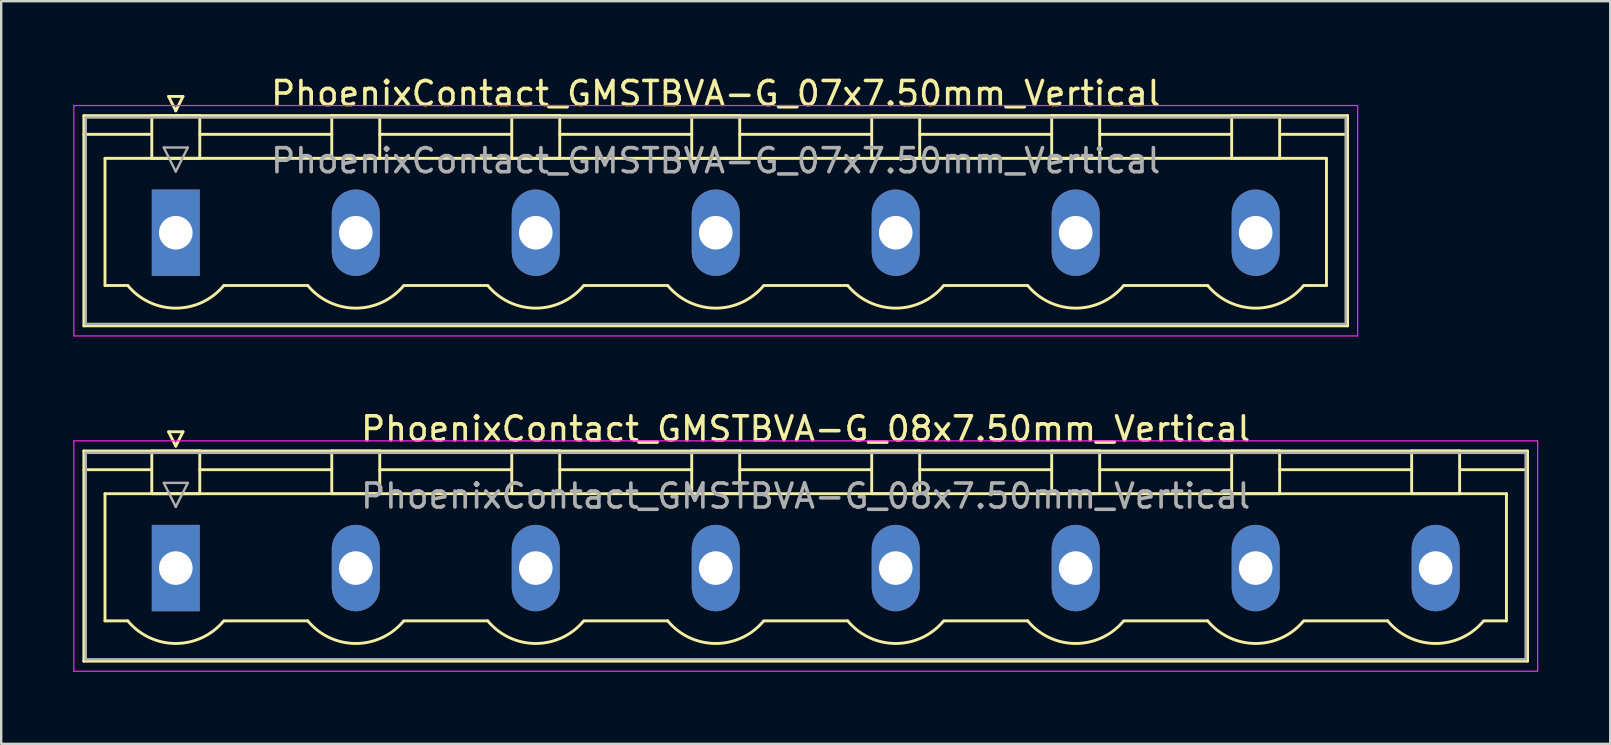
<source format=kicad_pcb>
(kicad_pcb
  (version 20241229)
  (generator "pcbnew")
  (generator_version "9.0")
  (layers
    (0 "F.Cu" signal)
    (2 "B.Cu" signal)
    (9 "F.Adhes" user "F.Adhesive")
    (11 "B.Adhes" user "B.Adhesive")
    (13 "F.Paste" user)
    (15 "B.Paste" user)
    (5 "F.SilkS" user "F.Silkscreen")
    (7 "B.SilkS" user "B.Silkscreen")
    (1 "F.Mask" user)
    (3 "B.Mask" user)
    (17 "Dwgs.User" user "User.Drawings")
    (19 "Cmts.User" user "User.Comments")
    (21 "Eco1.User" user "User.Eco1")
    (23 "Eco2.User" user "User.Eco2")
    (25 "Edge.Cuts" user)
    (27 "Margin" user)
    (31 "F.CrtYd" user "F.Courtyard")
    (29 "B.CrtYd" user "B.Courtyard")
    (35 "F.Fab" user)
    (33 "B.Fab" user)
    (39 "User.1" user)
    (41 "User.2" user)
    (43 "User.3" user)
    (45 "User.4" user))
  (footprint "PhoenixContact_GMSTBVA-G_08x7.50mm_Vertical"
    (layer "F.Cu")
    (at 4.275 20.622)
    (property "Reference" "PhoenixContact_GMSTBVA-G_08x7.50mm_Vertical" (at 26.25 -5.8 0) (layer "F.SilkS") (effects (font (size 1 1) (thickness 0.15))))
    (attr through_hole)
    (fp_line (start -3.83 -4.88) (end -3.83 3.88) (stroke (width 0.12) (type solid)) (layer "F.SilkS"))
    (fp_line (start -3.83 -4.1) (end -1.08 -4.1) (stroke (width 0.12) (type solid)) (layer "F.SilkS"))
    (fp_line (start -3.83 3.88) (end 56.33 3.88) (stroke (width 0.12) (type solid)) (layer "F.SilkS"))
    (fp_line (start -2.95 -3.1) (end 55.45 -3.1) (stroke (width 0.12) (type solid)) (layer "F.SilkS"))
    (fp_line (start -2.95 2.2) (end -2.95 -3.1) (stroke (width 0.12) (type solid)) (layer "F.SilkS"))
    (fp_line (start -2 2.2) (end -2.95 2.2) (stroke (width 0.12) (type solid)) (layer "F.SilkS"))
    (fp_line (start -1 -4.88) (end 1 -4.88) (stroke (width 0.12) (type solid)) (layer "F.SilkS"))
    (fp_line (start -1 -3.1) (end -1 -4.88) (stroke (width 0.12) (type solid)) (layer "F.SilkS"))
    (fp_line (start -0.3 -5.68) (end 0.3 -5.68) (stroke (width 0.12) (type solid)) (layer "F.SilkS"))
    (fp_line (start 0 -5.08) (end -0.3 -5.68) (stroke (width 0.12) (type solid)) (layer "F.SilkS"))
    (fp_line (start 0.3 -5.68) (end 0 -5.08) (stroke (width 0.12) (type solid)) (layer "F.SilkS"))
    (fp_line (start 1 -4.88) (end 1 -3.1) (stroke (width 0.12) (type solid)) (layer "F.SilkS"))
    (fp_line (start 1 -4.1) (end 6.5 -4.1) (stroke (width 0.12) (type solid)) (layer "F.SilkS"))
    (fp_line (start 1 -3.1) (end -1 -3.1) (stroke (width 0.12) (type solid)) (layer "F.SilkS"))
    (fp_line (start 2 2.2) (end 5.5 2.2) (stroke (width 0.12) (type solid)) (layer "F.SilkS"))
    (fp_line (start 6.5 -4.88) (end 8.5 -4.88) (stroke (width 0.12) (type solid)) (layer "F.SilkS"))
    (fp_line (start 6.5 -3.1) (end 6.5 -4.88) (stroke (width 0.12) (type solid)) (layer "F.SilkS"))
    (fp_line (start 8.5 -4.88) (end 8.5 -3.1) (stroke (width 0.12) (type solid)) (layer "F.SilkS"))
    (fp_line (start 8.5 -4.1) (end 14 -4.1) (stroke (width 0.12) (type solid)) (layer "F.SilkS"))
    (fp_line (start 8.5 -3.1) (end 6.5 -3.1) (stroke (width 0.12) (type solid)) (layer "F.SilkS"))
    (fp_line (start 9.5 2.2) (end 13 2.2) (stroke (width 0.12) (type solid)) (layer "F.SilkS"))
    (fp_line (start 14 -4.88) (end 16 -4.88) (stroke (width 0.12) (type solid)) (layer "F.SilkS"))
    (fp_line (start 14 -3.1) (end 14 -4.88) (stroke (width 0.12) (type solid)) (layer "F.SilkS"))
    (fp_line (start 16 -4.88) (end 16 -3.1) (stroke (width 0.12) (type solid)) (layer "F.SilkS"))
    (fp_line (start 16 -4.1) (end 21.5 -4.1) (stroke (width 0.12) (type solid)) (layer "F.SilkS"))
    (fp_line (start 16 -3.1) (end 14 -3.1) (stroke (width 0.12) (type solid)) (layer "F.SilkS"))
    (fp_line (start 17 2.2) (end 20.5 2.2) (stroke (width 0.12) (type solid)) (layer "F.SilkS"))
    (fp_line (start 21.5 -4.88) (end 23.5 -4.88) (stroke (width 0.12) (type solid)) (layer "F.SilkS"))
    (fp_line (start 21.5 -3.1) (end 21.5 -4.88) (stroke (width 0.12) (type solid)) (layer "F.SilkS"))
    (fp_line (start 23.5 -4.88) (end 23.5 -3.1) (stroke (width 0.12) (type solid)) (layer "F.SilkS"))
    (fp_line (start 23.5 -4.1) (end 29 -4.1) (stroke (width 0.12) (type solid)) (layer "F.SilkS"))
    (fp_line (start 23.5 -3.1) (end 21.5 -3.1) (stroke (width 0.12) (type solid)) (layer "F.SilkS"))
    (fp_line (start 24.5 2.2) (end 28 2.2) (stroke (width 0.12) (type solid)) (layer "F.SilkS"))
    (fp_line (start 29 -4.88) (end 31 -4.88) (stroke (width 0.12) (type solid)) (layer "F.SilkS"))
    (fp_line (start 29 -3.1) (end 29 -4.88) (stroke (width 0.12) (type solid)) (layer "F.SilkS"))
    (fp_line (start 31 -4.88) (end 31 -3.1) (stroke (width 0.12) (type solid)) (layer "F.SilkS"))
    (fp_line (start 31 -4.1) (end 36.5 -4.1) (stroke (width 0.12) (type solid)) (layer "F.SilkS"))
    (fp_line (start 31 -3.1) (end 29 -3.1) (stroke (width 0.12) (type solid)) (layer "F.SilkS"))
    (fp_line (start 32 2.2) (end 35.5 2.2) (stroke (width 0.12) (type solid)) (layer "F.SilkS"))
    (fp_line (start 36.5 -4.88) (end 38.5 -4.88) (stroke (width 0.12) (type solid)) (layer "F.SilkS"))
    (fp_line (start 36.5 -3.1) (end 36.5 -4.88) (stroke (width 0.12) (type solid)) (layer "F.SilkS"))
    (fp_line (start 38.5 -4.88) (end 38.5 -3.1) (stroke (width 0.12) (type solid)) (layer "F.SilkS"))
    (fp_line (start 38.5 -4.1) (end 44 -4.1) (stroke (width 0.12) (type solid)) (layer "F.SilkS"))
    (fp_line (start 38.5 -3.1) (end 36.5 -3.1) (stroke (width 0.12) (type solid)) (layer "F.SilkS"))
    (fp_line (start 39.5 2.2) (end 43 2.2) (stroke (width 0.12) (type solid)) (layer "F.SilkS"))
    (fp_line (start 44 -4.88) (end 46 -4.88) (stroke (width 0.12) (type solid)) (layer "F.SilkS"))
    (fp_line (start 44 -3.1) (end 44 -4.88) (stroke (width 0.12) (type solid)) (layer "F.SilkS"))
    (fp_line (start 46 -4.88) (end 46 -3.1) (stroke (width 0.12) (type solid)) (layer "F.SilkS"))
    (fp_line (start 46 -4.1) (end 51.5 -4.1) (stroke (width 0.12) (type solid)) (layer "F.SilkS"))
    (fp_line (start 46 -3.1) (end 44 -3.1) (stroke (width 0.12) (type solid)) (layer "F.SilkS"))
    (fp_line (start 47 2.2) (end 50.5 2.2) (stroke (width 0.12) (type solid)) (layer "F.SilkS"))
    (fp_line (start 51.5 -4.88) (end 53.5 -4.88) (stroke (width 0.12) (type solid)) (layer "F.SilkS"))
    (fp_line (start 51.5 -3.1) (end 51.5 -4.88) (stroke (width 0.12) (type solid)) (layer "F.SilkS"))
    (fp_line (start 53.5 -4.88) (end 53.5 -3.1) (stroke (width 0.12) (type solid)) (layer "F.SilkS"))
    (fp_line (start 53.5 -3.1) (end 51.5 -3.1) (stroke (width 0.12) (type solid)) (layer "F.SilkS"))
    (fp_line (start 55.45 -3.1) (end 55.45 2.2) (stroke (width 0.12) (type solid)) (layer "F.SilkS"))
    (fp_line (start 55.45 2.2) (end 54.5 2.2) (stroke (width 0.12) (type solid)) (layer "F.SilkS"))
    (fp_line (start 56.33 -4.88) (end -3.83 -4.88) (stroke (width 0.12) (type solid)) (layer "F.SilkS"))
    (fp_line (start 56.33 -4.1) (end 53.58 -4.1) (stroke (width 0.12) (type solid)) (layer "F.SilkS"))
    (fp_line (start 56.33 3.88) (end 56.33 -4.88) (stroke (width 0.12) (type solid)) (layer "F.SilkS"))
    (fp_arc (start 1.986842 2.215821) (mid -0.010289 3.142758) (end -2 2.2) (stroke (width 0.12) (type solid)) (layer "F.SilkS"))
    (fp_arc (start 9.486842 2.215821) (mid 7.489711 3.142758) (end 5.5 2.2) (stroke (width 0.12) (type solid)) (layer "F.SilkS"))
    (fp_arc (start 16.986842 2.215821) (mid 14.989711 3.142758) (end 13 2.2) (stroke (width 0.12) (type solid)) (layer "F.SilkS"))
    (fp_arc (start 24.486842 2.215821) (mid 22.489711 3.142758) (end 20.5 2.2) (stroke (width 0.12) (type solid)) (layer "F.SilkS"))
    (fp_arc (start 31.986842 2.215821) (mid 29.989711 3.142758) (end 28 2.2) (stroke (width 0.12) (type solid)) (layer "F.SilkS"))
    (fp_arc (start 39.486842 2.215821) (mid 37.489711 3.142758) (end 35.5 2.2) (stroke (width 0.12) (type solid)) (layer "F.SilkS"))
    (fp_arc (start 46.986842 2.215821) (mid 44.989711 3.142758) (end 43 2.2) (stroke (width 0.12) (type solid)) (layer "F.SilkS"))
    (fp_arc (start 54.486842 2.215821) (mid 52.489711 3.142758) (end 50.5 2.2) (stroke (width 0.12) (type solid)) (layer "F.SilkS"))
    (fp_line (start -4.25 -5.3) (end -4.25 4.3) (stroke (width 0.05) (type solid)) (layer "F.CrtYd"))
    (fp_line (start -4.25 4.3) (end 56.75 4.3) (stroke (width 0.05) (type solid)) (layer "F.CrtYd"))
    (fp_line (start 56.75 -5.3) (end -4.25 -5.3) (stroke (width 0.05) (type solid)) (layer "F.CrtYd"))
    (fp_line (start 56.75 4.3) (end 56.75 -5.3) (stroke (width 0.05) (type solid)) (layer "F.CrtYd"))
    (fp_line (start -3.75 -4.8) (end -3.75 3.8) (stroke (width 0.1) (type solid)) (layer "F.Fab"))
    (fp_line (start -3.75 3.8) (end 56.25 3.8) (stroke (width 0.1) (type solid)) (layer "F.Fab"))
    (fp_line (start -0.5 -3.55) (end 0.5 -3.55) (stroke (width 0.1) (type solid)) (layer "F.Fab"))
    (fp_line (start 0 -2.55) (end -0.5 -3.55) (stroke (width 0.1) (type solid)) (layer "F.Fab"))
    (fp_line (start 0.5 -3.55) (end 0 -2.55) (stroke (width 0.1) (type solid)) (layer "F.Fab"))
    (fp_line (start 56.25 -4.8) (end -3.75 -4.8) (stroke (width 0.1) (type solid)) (layer "F.Fab"))
    (fp_line (start 56.25 3.8) (end 56.25 -4.8) (stroke (width 0.1) (type solid)) (layer "F.Fab"))
    (fp_text user "${REFERENCE}" (at 26.25 -3 0) (layer "F.Fab") (effects (font (size 1 1) (thickness 0.15))))
    (pad "1" thru_hole rect (at 0 0) (size 2 3.6) (drill 1.4) (layers "*.Cu" "*.Mask"))
    (pad "2" thru_hole oval (at 7.5 0) (size 2 3.6) (drill 1.4) (layers "*.Cu" "*.Mask"))
    (pad "3" thru_hole oval (at 15 0) (size 2 3.6) (drill 1.4) (layers "*.Cu" "*.Mask"))
    (pad "4" thru_hole oval (at 22.5 0) (size 2 3.6) (drill 1.4) (layers "*.Cu" "*.Mask"))
    (pad "5" thru_hole oval (at 30 0) (size 2 3.6) (drill 1.4) (layers "*.Cu" "*.Mask"))
    (pad "6" thru_hole oval (at 37.5 0) (size 2 3.6) (drill 1.4) (layers "*.Cu" "*.Mask"))
    (pad "7" thru_hole oval (at 45 0) (size 2 3.6) (drill 1.4) (layers "*.Cu" "*.Mask"))
    (pad "8" thru_hole oval (at 52.5 0) (size 2 3.6) (drill 1.4) (layers "*.Cu" "*.Mask")))
  (footprint "PhoenixContact_GMSTBVA-G_07x7.50mm_Vertical"
    (layer "F.Cu")
    (at 4.275 6.648)
    (property "Reference" "PhoenixContact_GMSTBVA-G_07x7.50mm_Vertical" (at 22.5 -5.8 0) (layer "F.SilkS") (effects (font (size 1 1) (thickness 0.15))))
    (attr through_hole)
    (fp_line (start -3.83 -4.88) (end -3.83 3.88) (stroke (width 0.12) (type solid)) (layer "F.SilkS"))
    (fp_line (start -3.83 -4.1) (end -1.08 -4.1) (stroke (width 0.12) (type solid)) (layer "F.SilkS"))
    (fp_line (start -3.83 3.88) (end 48.83 3.88) (stroke (width 0.12) (type solid)) (layer "F.SilkS"))
    (fp_line (start -2.95 -3.1) (end 47.95 -3.1) (stroke (width 0.12) (type solid)) (layer "F.SilkS"))
    (fp_line (start -2.95 2.2) (end -2.95 -3.1) (stroke (width 0.12) (type solid)) (layer "F.SilkS"))
    (fp_line (start -2 2.2) (end -2.95 2.2) (stroke (width 0.12) (type solid)) (layer "F.SilkS"))
    (fp_line (start -1 -4.88) (end 1 -4.88) (stroke (width 0.12) (type solid)) (layer "F.SilkS"))
    (fp_line (start -1 -3.1) (end -1 -4.88) (stroke (width 0.12) (type solid)) (layer "F.SilkS"))
    (fp_line (start -0.3 -5.68) (end 0.3 -5.68) (stroke (width 0.12) (type solid)) (layer "F.SilkS"))
    (fp_line (start 0 -5.08) (end -0.3 -5.68) (stroke (width 0.12) (type solid)) (layer "F.SilkS"))
    (fp_line (start 0.3 -5.68) (end 0 -5.08) (stroke (width 0.12) (type solid)) (layer "F.SilkS"))
    (fp_line (start 1 -4.88) (end 1 -3.1) (stroke (width 0.12) (type solid)) (layer "F.SilkS"))
    (fp_line (start 1 -4.1) (end 6.5 -4.1) (stroke (width 0.12) (type solid)) (layer "F.SilkS"))
    (fp_line (start 1 -3.1) (end -1 -3.1) (stroke (width 0.12) (type solid)) (layer "F.SilkS"))
    (fp_line (start 2 2.2) (end 5.5 2.2) (stroke (width 0.12) (type solid)) (layer "F.SilkS"))
    (fp_line (start 6.5 -4.88) (end 8.5 -4.88) (stroke (width 0.12) (type solid)) (layer "F.SilkS"))
    (fp_line (start 6.5 -3.1) (end 6.5 -4.88) (stroke (width 0.12) (type solid)) (layer "F.SilkS"))
    (fp_line (start 8.5 -4.88) (end 8.5 -3.1) (stroke (width 0.12) (type solid)) (layer "F.SilkS"))
    (fp_line (start 8.5 -4.1) (end 14 -4.1) (stroke (width 0.12) (type solid)) (layer "F.SilkS"))
    (fp_line (start 8.5 -3.1) (end 6.5 -3.1) (stroke (width 0.12) (type solid)) (layer "F.SilkS"))
    (fp_line (start 9.5 2.2) (end 13 2.2) (stroke (width 0.12) (type solid)) (layer "F.SilkS"))
    (fp_line (start 14 -4.88) (end 16 -4.88) (stroke (width 0.12) (type solid)) (layer "F.SilkS"))
    (fp_line (start 14 -3.1) (end 14 -4.88) (stroke (width 0.12) (type solid)) (layer "F.SilkS"))
    (fp_line (start 16 -4.88) (end 16 -3.1) (stroke (width 0.12) (type solid)) (layer "F.SilkS"))
    (fp_line (start 16 -4.1) (end 21.5 -4.1) (stroke (width 0.12) (type solid)) (layer "F.SilkS"))
    (fp_line (start 16 -3.1) (end 14 -3.1) (stroke (width 0.12) (type solid)) (layer "F.SilkS"))
    (fp_line (start 17 2.2) (end 20.5 2.2) (stroke (width 0.12) (type solid)) (layer "F.SilkS"))
    (fp_line (start 21.5 -4.88) (end 23.5 -4.88) (stroke (width 0.12) (type solid)) (layer "F.SilkS"))
    (fp_line (start 21.5 -3.1) (end 21.5 -4.88) (stroke (width 0.12) (type solid)) (layer "F.SilkS"))
    (fp_line (start 23.5 -4.88) (end 23.5 -3.1) (stroke (width 0.12) (type solid)) (layer "F.SilkS"))
    (fp_line (start 23.5 -4.1) (end 29 -4.1) (stroke (width 0.12) (type solid)) (layer "F.SilkS"))
    (fp_line (start 23.5 -3.1) (end 21.5 -3.1) (stroke (width 0.12) (type solid)) (layer "F.SilkS"))
    (fp_line (start 24.5 2.2) (end 28 2.2) (stroke (width 0.12) (type solid)) (layer "F.SilkS"))
    (fp_line (start 29 -4.88) (end 31 -4.88) (stroke (width 0.12) (type solid)) (layer "F.SilkS"))
    (fp_line (start 29 -3.1) (end 29 -4.88) (stroke (width 0.12) (type solid)) (layer "F.SilkS"))
    (fp_line (start 31 -4.88) (end 31 -3.1) (stroke (width 0.12) (type solid)) (layer "F.SilkS"))
    (fp_line (start 31 -4.1) (end 36.5 -4.1) (stroke (width 0.12) (type solid)) (layer "F.SilkS"))
    (fp_line (start 31 -3.1) (end 29 -3.1) (stroke (width 0.12) (type solid)) (layer "F.SilkS"))
    (fp_line (start 32 2.2) (end 35.5 2.2) (stroke (width 0.12) (type solid)) (layer "F.SilkS"))
    (fp_line (start 36.5 -4.88) (end 38.5 -4.88) (stroke (width 0.12) (type solid)) (layer "F.SilkS"))
    (fp_line (start 36.5 -3.1) (end 36.5 -4.88) (stroke (width 0.12) (type solid)) (layer "F.SilkS"))
    (fp_line (start 38.5 -4.88) (end 38.5 -3.1) (stroke (width 0.12) (type solid)) (layer "F.SilkS"))
    (fp_line (start 38.5 -4.1) (end 44 -4.1) (stroke (width 0.12) (type solid)) (layer "F.SilkS"))
    (fp_line (start 38.5 -3.1) (end 36.5 -3.1) (stroke (width 0.12) (type solid)) (layer "F.SilkS"))
    (fp_line (start 39.5 2.2) (end 43 2.2) (stroke (width 0.12) (type solid)) (layer "F.SilkS"))
    (fp_line (start 44 -4.88) (end 46 -4.88) (stroke (width 0.12) (type solid)) (layer "F.SilkS"))
    (fp_line (start 44 -3.1) (end 44 -4.88) (stroke (width 0.12) (type solid)) (layer "F.SilkS"))
    (fp_line (start 46 -4.88) (end 46 -3.1) (stroke (width 0.12) (type solid)) (layer "F.SilkS"))
    (fp_line (start 46 -3.1) (end 44 -3.1) (stroke (width 0.12) (type solid)) (layer "F.SilkS"))
    (fp_line (start 47.95 -3.1) (end 47.95 2.2) (stroke (width 0.12) (type solid)) (layer "F.SilkS"))
    (fp_line (start 47.95 2.2) (end 47 2.2) (stroke (width 0.12) (type solid)) (layer "F.SilkS"))
    (fp_line (start 48.83 -4.88) (end -3.83 -4.88) (stroke (width 0.12) (type solid)) (layer "F.SilkS"))
    (fp_line (start 48.83 -4.1) (end 46.08 -4.1) (stroke (width 0.12) (type solid)) (layer "F.SilkS"))
    (fp_line (start 48.83 3.88) (end 48.83 -4.88) (stroke (width 0.12) (type solid)) (layer "F.SilkS"))
    (fp_arc (start 1.986842 2.215821) (mid -0.010289 3.142758) (end -2 2.2) (stroke (width 0.12) (type solid)) (layer "F.SilkS"))
    (fp_arc (start 9.486842 2.215821) (mid 7.489711 3.142758) (end 5.5 2.2) (stroke (width 0.12) (type solid)) (layer "F.SilkS"))
    (fp_arc (start 16.986842 2.215821) (mid 14.989711 3.142758) (end 13 2.2) (stroke (width 0.12) (type solid)) (layer "F.SilkS"))
    (fp_arc (start 24.486842 2.215821) (mid 22.489711 3.142758) (end 20.5 2.2) (stroke (width 0.12) (type solid)) (layer "F.SilkS"))
    (fp_arc (start 31.986842 2.215821) (mid 29.989711 3.142758) (end 28 2.2) (stroke (width 0.12) (type solid)) (layer "F.SilkS"))
    (fp_arc (start 39.486842 2.215821) (mid 37.489711 3.142758) (end 35.5 2.2) (stroke (width 0.12) (type solid)) (layer "F.SilkS"))
    (fp_arc (start 46.986842 2.215821) (mid 44.989711 3.142758) (end 43 2.2) (stroke (width 0.12) (type solid)) (layer "F.SilkS"))
    (fp_line (start -4.25 -5.3) (end -4.25 4.3) (stroke (width 0.05) (type solid)) (layer "F.CrtYd"))
    (fp_line (start -4.25 4.3) (end 49.25 4.3) (stroke (width 0.05) (type solid)) (layer "F.CrtYd"))
    (fp_line (start 49.25 -5.3) (end -4.25 -5.3) (stroke (width 0.05) (type solid)) (layer "F.CrtYd"))
    (fp_line (start 49.25 4.3) (end 49.25 -5.3) (stroke (width 0.05) (type solid)) (layer "F.CrtYd"))
    (fp_line (start -3.75 -4.8) (end -3.75 3.8) (stroke (width 0.1) (type solid)) (layer "F.Fab"))
    (fp_line (start -3.75 3.8) (end 48.75 3.8) (stroke (width 0.1) (type solid)) (layer "F.Fab"))
    (fp_line (start -0.5 -3.55) (end 0.5 -3.55) (stroke (width 0.1) (type solid)) (layer "F.Fab"))
    (fp_line (start 0 -2.55) (end -0.5 -3.55) (stroke (width 0.1) (type solid)) (layer "F.Fab"))
    (fp_line (start 0.5 -3.55) (end 0 -2.55) (stroke (width 0.1) (type solid)) (layer "F.Fab"))
    (fp_line (start 48.75 -4.8) (end -3.75 -4.8) (stroke (width 0.1) (type solid)) (layer "F.Fab"))
    (fp_line (start 48.75 3.8) (end 48.75 -4.8) (stroke (width 0.1) (type solid)) (layer "F.Fab"))
    (fp_text user "${REFERENCE}" (at 22.5 -3 0) (layer "F.Fab") (effects (font (size 1 1) (thickness 0.15))))
    (pad "1" thru_hole rect (at 0 0) (size 2 3.6) (drill 1.4) (layers "*.Cu" "*.Mask"))
    (pad "2" thru_hole oval (at 7.5 0) (size 2 3.6) (drill 1.4) (layers "*.Cu" "*.Mask"))
    (pad "3" thru_hole oval (at 15 0) (size 2 3.6) (drill 1.4) (layers "*.Cu" "*.Mask"))
    (pad "4" thru_hole oval (at 22.5 0) (size 2 3.6) (drill 1.4) (layers "*.Cu" "*.Mask"))
    (pad "5" thru_hole oval (at 30 0) (size 2 3.6) (drill 1.4) (layers "*.Cu" "*.Mask"))
    (pad "6" thru_hole oval (at 37.5 0) (size 2 3.6) (drill 1.4) (layers "*.Cu" "*.Mask"))
    (pad "7" thru_hole oval (at 45 0) (size 2 3.6) (drill 1.4) (layers "*.Cu" "*.Mask")))
  (gr_rect
    (start -3 -3)
    (end 64.05 27.947)
    (stroke (width 0.1) (type default))
    (fill no)
    (layer "Edge.Cuts")))
</source>
